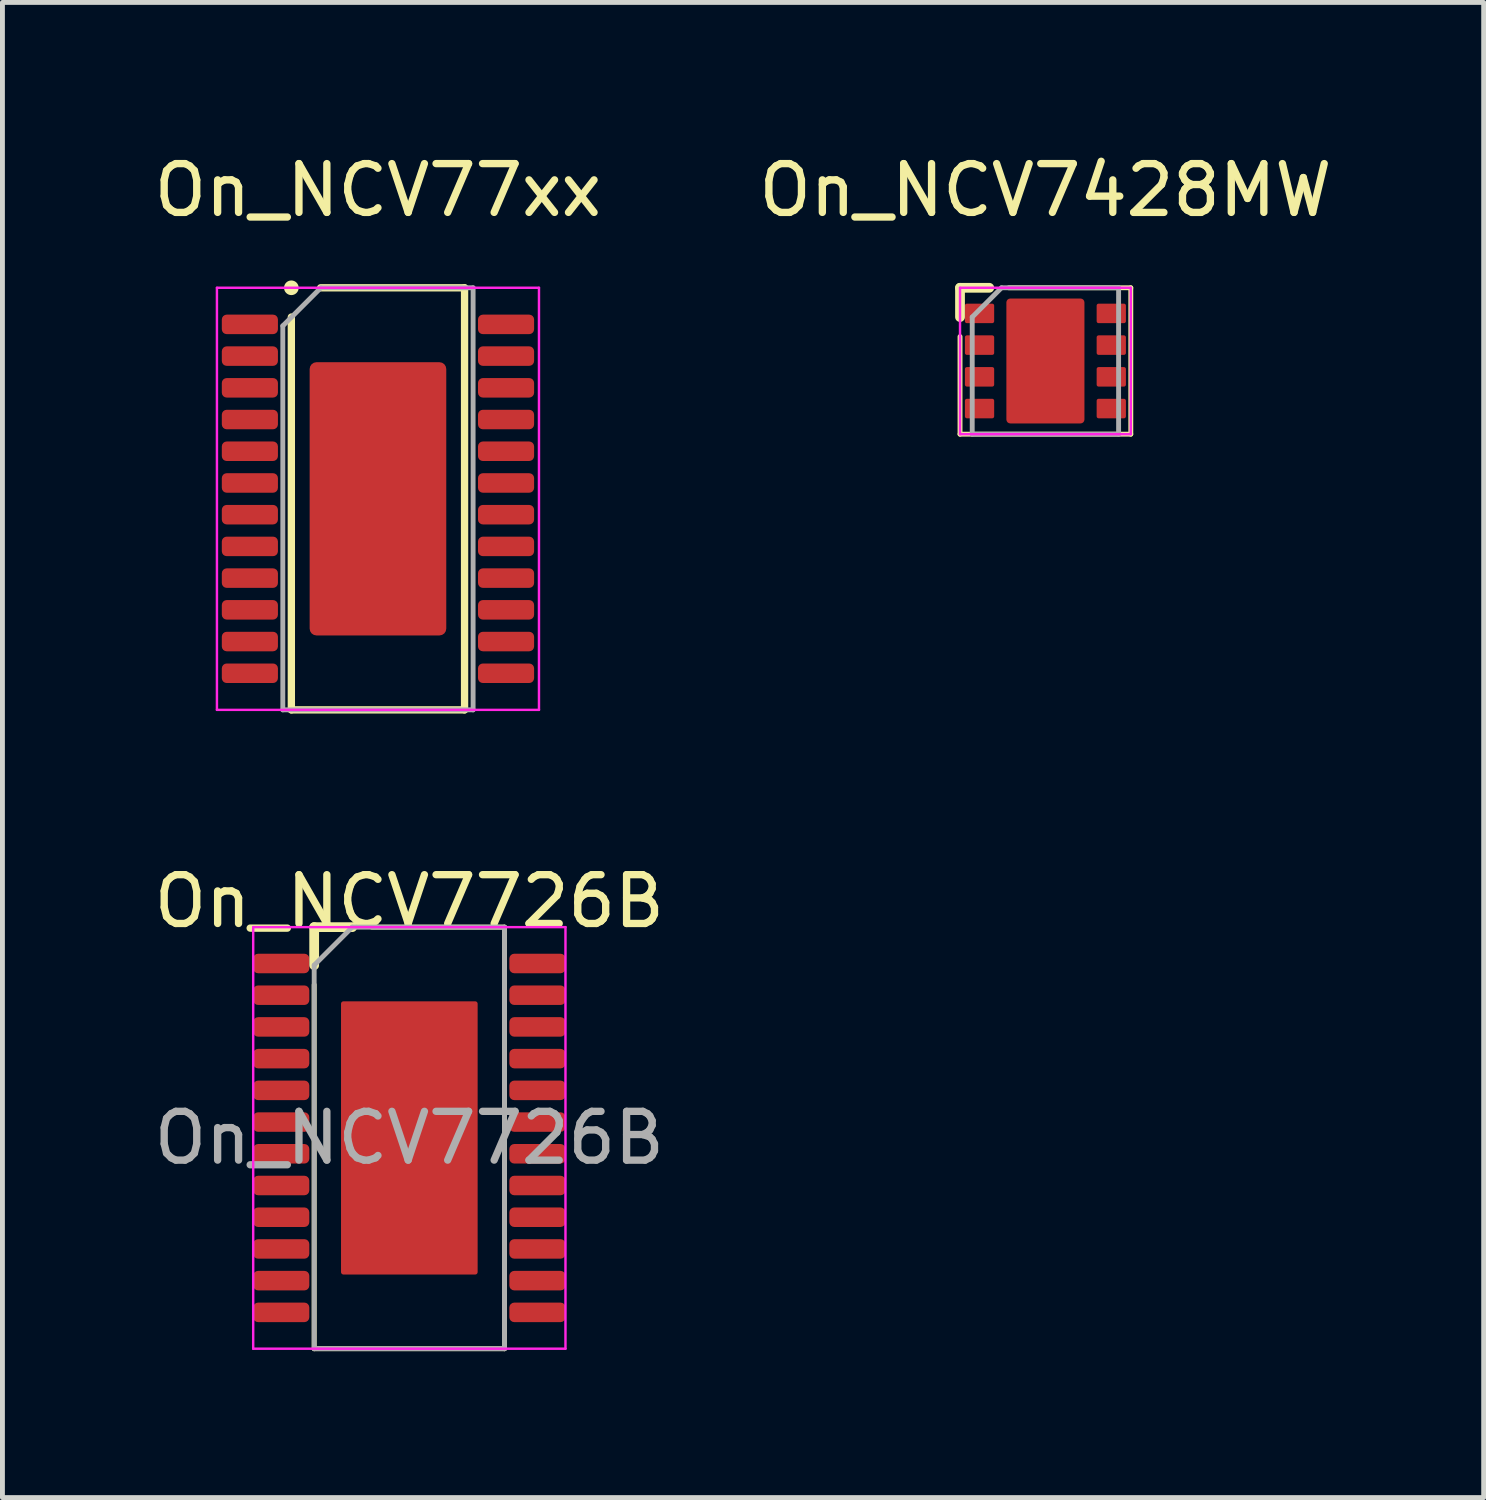
<source format=kicad_pcb>
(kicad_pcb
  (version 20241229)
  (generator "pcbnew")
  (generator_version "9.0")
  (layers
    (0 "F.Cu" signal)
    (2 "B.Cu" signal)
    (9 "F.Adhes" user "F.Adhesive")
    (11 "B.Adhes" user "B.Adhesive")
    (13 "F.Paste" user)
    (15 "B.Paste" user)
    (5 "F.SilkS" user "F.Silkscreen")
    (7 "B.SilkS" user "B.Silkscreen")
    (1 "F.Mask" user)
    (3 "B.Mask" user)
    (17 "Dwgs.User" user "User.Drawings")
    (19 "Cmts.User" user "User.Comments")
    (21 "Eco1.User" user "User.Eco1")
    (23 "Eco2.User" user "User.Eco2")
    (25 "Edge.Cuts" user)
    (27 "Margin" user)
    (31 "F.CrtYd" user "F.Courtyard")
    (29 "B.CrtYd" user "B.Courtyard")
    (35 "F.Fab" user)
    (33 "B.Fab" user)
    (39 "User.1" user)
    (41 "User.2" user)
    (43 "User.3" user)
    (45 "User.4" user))
  (footprint "On_NCV77xx"
    (layer "F.Cu")
    (at 4.696 7.173)
    (property "Reference" "On_NCV77xx" (at 0 -6.325 0) (layer "F.SilkS") (effects (font (size 1 1) (thickness 0.15))))
    (attr through_hole)
    (fp_line (start -1.775 -4.325) (end -1.775 -4.325) (stroke (width 0.3) (type solid)) (layer "F.SilkS"))
    (fp_line (start -1.775 4.325) (end -1.775 -3.725) (stroke (width 0.15) (type solid)) (layer "F.SilkS"))
    (fp_line (start -1.175 -4.325) (end 1.775 -4.325) (stroke (width 0.15) (type solid)) (layer "F.SilkS"))
    (fp_line (start 1.775 -4.325) (end 1.775 4.325) (stroke (width 0.15) (type solid)) (layer "F.SilkS"))
    (fp_line (start 1.775 4.325) (end -1.775 4.325) (stroke (width 0.15) (type solid)) (layer "F.SilkS"))
    (fp_line (start -3.3 -4.325) (end 3.3 -4.325) (stroke (width 0.05) (type solid)) (layer "F.CrtYd"))
    (fp_line (start -3.3 4.325) (end -3.3 -4.325) (stroke (width 0.05) (type solid)) (layer "F.CrtYd"))
    (fp_line (start 3.3 -4.325) (end 3.3 4.325) (stroke (width 0.05) (type solid)) (layer "F.CrtYd"))
    (fp_line (start 3.3 4.325) (end -3.3 4.325) (stroke (width 0.05) (type solid)) (layer "F.CrtYd"))
    (fp_line (start -1.95 -3.545) (end -1.17 -4.325) (stroke (width 0.1) (type solid)) (layer "F.Fab"))
    (fp_line (start -1.95 4.325) (end -1.95 -3.545) (stroke (width 0.1) (type solid)) (layer "F.Fab"))
    (fp_line (start -1.17 -4.325) (end 1.95 -4.325) (stroke (width 0.1) (type solid)) (layer "F.Fab"))
    (fp_line (start 1.95 -4.325) (end 1.95 4.325) (stroke (width 0.1) (type solid)) (layer "F.Fab"))
    (fp_line (start 1.95 4.325) (end -1.95 4.325) (stroke (width 0.1) (type solid)) (layer "F.Fab"))
    (pad "" smd roundrect (at -0.7 -2.1) (size 1.1 1.1) (layers "F.Paste") (roundrect_rratio 0.25))
    (pad "" smd roundrect (at -0.7 -0.7) (size 1.1 1.1) (layers "F.Paste") (roundrect_rratio 0.25))
    (pad "" smd roundrect (at -0.7 0.7) (size 1.1 1.1) (layers "F.Paste") (roundrect_rratio 0.25))
    (pad "" smd roundrect (at -0.7 2.1) (size 1.1 1.1) (layers "F.Paste") (roundrect_rratio 0.25))
    (pad "" smd roundrect (at 0.7 -2.1) (size 1.1 1.1) (layers "F.Paste") (roundrect_rratio 0.25))
    (pad "" smd roundrect (at 0.7 -0.7) (size 1.1 1.1) (layers "F.Paste") (roundrect_rratio 0.25))
    (pad "" smd roundrect (at 0.7 0.7) (size 1.1 1.1) (layers "F.Paste") (roundrect_rratio 0.25))
    (pad "" smd roundrect (at 0.7 2.1) (size 1.1 1.1) (layers "F.Paste") (roundrect_rratio 0.25))
    (pad "1" smd roundrect (at -2.625 -3.575) (size 1.15 0.4) (layers "F.Cu" "F.Mask" "F.Paste") (roundrect_rratio 0.25))
    (pad "2" smd roundrect (at -2.625 -2.925) (size 1.15 0.4) (layers "F.Cu" "F.Mask" "F.Paste") (roundrect_rratio 0.25))
    (pad "3" smd roundrect (at -2.625 -2.275) (size 1.15 0.4) (layers "F.Cu" "F.Mask" "F.Paste") (roundrect_rratio 0.25))
    (pad "4" smd roundrect (at -2.625 -1.625) (size 1.15 0.4) (layers "F.Cu" "F.Mask" "F.Paste") (roundrect_rratio 0.25))
    (pad "5" smd roundrect (at -2.625 -0.975) (size 1.15 0.4) (layers "F.Cu" "F.Mask" "F.Paste") (roundrect_rratio 0.25))
    (pad "6" smd roundrect (at -2.625 -0.325) (size 1.15 0.4) (layers "F.Cu" "F.Mask" "F.Paste") (roundrect_rratio 0.25))
    (pad "7" smd roundrect (at -2.625 0.325) (size 1.15 0.4) (layers "F.Cu" "F.Mask" "F.Paste") (roundrect_rratio 0.25))
    (pad "8" smd roundrect (at -2.625 0.975) (size 1.15 0.4) (layers "F.Cu" "F.Mask" "F.Paste") (roundrect_rratio 0.25))
    (pad "9" smd roundrect (at -2.625 1.625) (size 1.15 0.4) (layers "F.Cu" "F.Mask" "F.Paste") (roundrect_rratio 0.25))
    (pad "10" smd roundrect (at -2.625 2.275) (size 1.15 0.4) (layers "F.Cu" "F.Mask" "F.Paste") (roundrect_rratio 0.25))
    (pad "11" smd roundrect (at -2.625 2.925) (size 1.15 0.4) (layers "F.Cu" "F.Mask" "F.Paste") (roundrect_rratio 0.25))
    (pad "12" smd roundrect (at -2.625 3.575) (size 1.15 0.4) (layers "F.Cu" "F.Mask" "F.Paste") (roundrect_rratio 0.25))
    (pad "13" smd roundrect (at 2.625 3.575) (size 1.15 0.4) (layers "F.Cu" "F.Mask" "F.Paste") (roundrect_rratio 0.25))
    (pad "14" smd roundrect (at 2.625 2.925) (size 1.15 0.4) (layers "F.Cu" "F.Mask" "F.Paste") (roundrect_rratio 0.25))
    (pad "15" smd roundrect (at 2.625 2.275) (size 1.15 0.4) (layers "F.Cu" "F.Mask" "F.Paste") (roundrect_rratio 0.25))
    (pad "16" smd roundrect (at 2.625 1.625) (size 1.15 0.4) (layers "F.Cu" "F.Mask" "F.Paste") (roundrect_rratio 0.25))
    (pad "17" smd roundrect (at 2.625 0.975) (size 1.15 0.4) (layers "F.Cu" "F.Mask" "F.Paste") (roundrect_rratio 0.25))
    (pad "18" smd roundrect (at 2.625 0.325) (size 1.15 0.4) (layers "F.Cu" "F.Mask" "F.Paste") (roundrect_rratio 0.25))
    (pad "19" smd roundrect (at 2.625 -0.325) (size 1.15 0.4) (layers "F.Cu" "F.Mask" "F.Paste") (roundrect_rratio 0.25))
    (pad "20" smd roundrect (at 2.625 -0.975) (size 1.15 0.4) (layers "F.Cu" "F.Mask" "F.Paste") (roundrect_rratio 0.25))
    (pad "21" smd roundrect (at 2.625 -1.625) (size 1.15 0.4) (layers "F.Cu" "F.Mask" "F.Paste") (roundrect_rratio 0.25))
    (pad "22" smd roundrect (at 2.625 -2.275) (size 1.15 0.4) (layers "F.Cu" "F.Mask" "F.Paste") (roundrect_rratio 0.25))
    (pad "23" smd roundrect (at 2.625 -2.925) (size 1.15 0.4) (layers "F.Cu" "F.Mask" "F.Paste") (roundrect_rratio 0.25))
    (pad "24" smd roundrect (at 2.625 -3.575) (size 1.15 0.4) (layers "F.Cu" "F.Mask" "F.Paste") (roundrect_rratio 0.25))
    (pad "25" smd roundrect (at 0 0) (size 2.8 5.6) (layers "F.Cu" "F.Mask") (roundrect_rratio 0.05)))
  (footprint "On_NCV7428MW"
    (layer "F.Cu")
    (at 18.375 4.348)
    (property "Reference" "On_NCV7428MW" (at 0 -3.5 0) (layer "F.SilkS") (effects (font (size 1 1) (thickness 0.15))))
    (attr through_hole)
    (fp_line (start -1.75 -1.5) (end -1.75 -0.9) (stroke (width 0.2) (type solid)) (layer "F.SilkS"))
    (fp_line (start -1.75 -1.5) (end -1.15 -1.5) (stroke (width 0.2) (type solid)) (layer "F.SilkS"))
    (fp_line (start -1.75 1.5) (end -1.75 -0.5) (stroke (width 0.1) (type solid)) (layer "F.SilkS"))
    (fp_line (start -0.75 -1.5) (end 1.75 -1.5) (stroke (width 0.1) (type solid)) (layer "F.SilkS"))
    (fp_line (start 1.75 -1.5) (end 1.75 1.5) (stroke (width 0.1) (type solid)) (layer "F.SilkS"))
    (fp_line (start 1.75 1.5) (end -1.75 1.5) (stroke (width 0.1) (type solid)) (layer "F.SilkS"))
    (fp_line (start -1.75 -1.5) (end 1.75 -1.5) (stroke (width 0.05) (type solid)) (layer "F.CrtYd"))
    (fp_line (start -1.75 1.5) (end -1.75 -1.5) (stroke (width 0.05) (type solid)) (layer "F.CrtYd"))
    (fp_line (start 1.75 -1.5) (end 1.75 1.5) (stroke (width 0.05) (type solid)) (layer "F.CrtYd"))
    (fp_line (start 1.75 1.5) (end -1.75 1.5) (stroke (width 0.05) (type solid)) (layer "F.CrtYd"))
    (fp_line (start -1.5 -0.9) (end -0.9 -1.5) (stroke (width 0.1) (type solid)) (layer "F.Fab"))
    (fp_line (start -1.5 1.5) (end -1.5 -0.9) (stroke (width 0.1) (type solid)) (layer "F.Fab"))
    (fp_line (start -0.9 -1.5) (end 1.5 -1.5) (stroke (width 0.1) (type solid)) (layer "F.Fab"))
    (fp_line (start 1.5 -1.5) (end 1.5 1.5) (stroke (width 0.1) (type solid)) (layer "F.Fab"))
    (fp_line (start 1.5 1.5) (end -1.5 1.5) (stroke (width 0.1) (type solid)) (layer "F.Fab"))
    (pad "" smd roundrect (at 0 -0.64) (size 1.3 0.98) (layers "F.Paste") (roundrect_rratio 0.25))
    (pad "" smd roundrect (at 0 0.64) (size 1.3 0.98) (layers "F.Paste") (roundrect_rratio 0.25))
    (pad "1" smd roundrect (at -1.35 -0.975) (size 0.6 0.4) (layers "F.Cu" "F.Mask" "F.Paste") (roundrect_rratio 0.1))
    (pad "2" smd roundrect (at -1.35 -0.325) (size 0.6 0.4) (layers "F.Cu" "F.Mask" "F.Paste") (roundrect_rratio 0.1))
    (pad "3" smd roundrect (at -1.35 0.325) (size 0.6 0.4) (layers "F.Cu" "F.Mask" "F.Paste") (roundrect_rratio 0.1))
    (pad "4" smd roundrect (at -1.35 0.975) (size 0.6 0.4) (layers "F.Cu" "F.Mask" "F.Paste") (roundrect_rratio 0.1))
    (pad "5" smd roundrect (at 1.35 0.975) (size 0.6 0.4) (layers "F.Cu" "F.Mask" "F.Paste") (roundrect_rratio 0.1))
    (pad "6" smd roundrect (at 1.35 0.325) (size 0.6 0.4) (layers "F.Cu" "F.Mask" "F.Paste") (roundrect_rratio 0.1))
    (pad "7" smd roundrect (at 1.35 -0.325) (size 0.6 0.4) (layers "F.Cu" "F.Mask" "F.Paste") (roundrect_rratio 0.1))
    (pad "8" smd roundrect (at 1.35 -0.975) (size 0.6 0.4) (layers "F.Cu" "F.Mask" "F.Paste") (roundrect_rratio 0.1))
    (pad "9" smd roundrect (at 0 0) (size 1.6 2.56) (layers "F.Cu" "F.Mask") (roundrect_rratio 0.05)))
  (footprint "On_NCV7726B"
    (layer "F.Cu")
    (at 5.339 20.271)
    (property "Reference" "On_NCV7726B" (at 0 -4.85 0) (layer "F.SilkS") (effects (font (size 1 1) (thickness 0.15))))
    (attr smd)
    (fp_line (start -1.95 -4.32) (end -1.95 -3.54) (stroke (width 0.2) (type solid)) (layer "F.SilkS"))
    (fp_line (start -1.95 -4.32) (end -1.17 -4.32) (stroke (width 0.2) (type solid)) (layer "F.SilkS"))
    (fp_line (start -1.95 4.32) (end -1.95 -3.14) (stroke (width 0.1) (type solid)) (layer "F.SilkS"))
    (fp_line (start -0.77 -4.32) (end 1.95 -4.32) (stroke (width 0.1) (type solid)) (layer "F.SilkS"))
    (fp_line (start 1.95 -4.32) (end 1.95 4.32) (stroke (width 0.1) (type solid)) (layer "F.SilkS"))
    (fp_line (start 1.95 4.32) (end -1.95 4.32) (stroke (width 0.1) (type solid)) (layer "F.SilkS"))
    (fp_line (start -3.2 -4.32) (end 3.2 -4.32) (stroke (width 0.05) (type solid)) (layer "F.CrtYd"))
    (fp_line (start -3.2 4.32) (end -3.2 -4.32) (stroke (width 0.05) (type solid)) (layer "F.CrtYd"))
    (fp_line (start 3.2 -4.32) (end 3.2 4.32) (stroke (width 0.05) (type solid)) (layer "F.CrtYd"))
    (fp_line (start 3.2 4.32) (end -3.2 4.32) (stroke (width 0.05) (type solid)) (layer "F.CrtYd"))
    (fp_line (start -1.95 -3.54) (end -1.17 -4.32) (stroke (width 0.1) (type solid)) (layer "F.Fab"))
    (fp_line (start -1.95 4.32) (end -1.95 -3.54) (stroke (width 0.1) (type solid)) (layer "F.Fab"))
    (fp_line (start -1.17 -4.32) (end 1.95 -4.32) (stroke (width 0.1) (type solid)) (layer "F.Fab"))
    (fp_line (start 1.95 -4.32) (end 1.95 4.32) (stroke (width 0.1) (type solid)) (layer "F.Fab"))
    (fp_line (start 1.95 4.32) (end -1.95 4.32) (stroke (width 0.1) (type solid)) (layer "F.Fab"))
    (fp_text user "${REFERENCE}" (at 0 0 0) (layer "F.Fab") (effects (font (size 1 1) (thickness 0.15))))
    (pad "" smd roundrect (at -0.7 -2.1) (size 1.1 1.1) (layers "F.Paste") (roundrect_rratio 0.25))
    (pad "" smd roundrect (at -0.7 -0.7) (size 1.1 1.1) (layers "F.Paste") (roundrect_rratio 0.25))
    (pad "" smd roundrect (at -0.7 0.7) (size 1.1 1.1) (layers "F.Paste") (roundrect_rratio 0.25))
    (pad "" smd roundrect (at -0.7 2.1) (size 1.1 1.1) (layers "F.Paste") (roundrect_rratio 0.25))
    (pad "" smd roundrect (at 0.7 -2.1) (size 1.1 1.1) (layers "F.Paste") (roundrect_rratio 0.25))
    (pad "" smd roundrect (at 0.7 -0.7) (size 1.1 1.1) (layers "F.Paste") (roundrect_rratio 0.25))
    (pad "" smd roundrect (at 0.7 0.7) (size 1.1 1.1) (layers "F.Paste") (roundrect_rratio 0.25))
    (pad "" smd roundrect (at 0.7 2.1) (size 1.1 1.1) (layers "F.Paste") (roundrect_rratio 0.25))
    (pad "1" smd roundrect (at -2.625 -3.575) (size 1.15 0.4) (layers "F.Cu" "F.Mask" "F.Paste") (roundrect_rratio 0.25))
    (pad "2" smd roundrect (at -2.625 -2.925) (size 1.15 0.4) (layers "F.Cu" "F.Mask" "F.Paste") (roundrect_rratio 0.25))
    (pad "3" smd roundrect (at -2.625 -2.275) (size 1.15 0.4) (layers "F.Cu" "F.Mask" "F.Paste") (roundrect_rratio 0.25))
    (pad "4" smd roundrect (at -2.625 -1.625) (size 1.15 0.4) (layers "F.Cu" "F.Mask" "F.Paste") (roundrect_rratio 0.25))
    (pad "5" smd roundrect (at -2.625 -0.975) (size 1.15 0.4) (layers "F.Cu" "F.Mask" "F.Paste") (roundrect_rratio 0.25))
    (pad "6" smd roundrect (at -2.625 -0.325) (size 1.15 0.4) (layers "F.Cu" "F.Mask" "F.Paste") (roundrect_rratio 0.25))
    (pad "7" smd roundrect (at -2.625 0.325) (size 1.15 0.4) (layers "F.Cu" "F.Mask" "F.Paste") (roundrect_rratio 0.25))
    (pad "8" smd roundrect (at -2.625 0.975) (size 1.15 0.4) (layers "F.Cu" "F.Mask" "F.Paste") (roundrect_rratio 0.25))
    (pad "9" smd roundrect (at -2.625 1.625) (size 1.15 0.4) (layers "F.Cu" "F.Mask" "F.Paste") (roundrect_rratio 0.25))
    (pad "10" smd roundrect (at -2.625 2.275) (size 1.15 0.4) (layers "F.Cu" "F.Mask" "F.Paste") (roundrect_rratio 0.25))
    (pad "11" smd roundrect (at -2.625 2.925) (size 1.15 0.4) (layers "F.Cu" "F.Mask" "F.Paste") (roundrect_rratio 0.25))
    (pad "12" smd roundrect (at -2.625 3.575) (size 1.15 0.4) (layers "F.Cu" "F.Mask" "F.Paste") (roundrect_rratio 0.25))
    (pad "13" smd roundrect (at 2.625 3.575) (size 1.15 0.4) (layers "F.Cu" "F.Mask" "F.Paste") (roundrect_rratio 0.25))
    (pad "14" smd roundrect (at 2.625 2.925) (size 1.15 0.4) (layers "F.Cu" "F.Mask" "F.Paste") (roundrect_rratio 0.25))
    (pad "15" smd roundrect (at 2.625 2.275) (size 1.15 0.4) (layers "F.Cu" "F.Mask" "F.Paste") (roundrect_rratio 0.25))
    (pad "16" smd roundrect (at 2.625 1.625) (size 1.15 0.4) (layers "F.Cu" "F.Mask" "F.Paste") (roundrect_rratio 0.25))
    (pad "17" smd roundrect (at 2.625 0.975) (size 1.15 0.4) (layers "F.Cu" "F.Mask" "F.Paste") (roundrect_rratio 0.25))
    (pad "18" smd roundrect (at 2.625 0.325) (size 1.15 0.4) (layers "F.Cu" "F.Mask" "F.Paste") (roundrect_rratio 0.25))
    (pad "19" smd roundrect (at 2.625 -0.325) (size 1.15 0.4) (layers "F.Cu" "F.Mask" "F.Paste") (roundrect_rratio 0.25))
    (pad "20" smd roundrect (at 2.625 -0.975) (size 1.15 0.4) (layers "F.Cu" "F.Mask" "F.Paste") (roundrect_rratio 0.25))
    (pad "21" smd roundrect (at 2.625 -1.625) (size 1.15 0.4) (layers "F.Cu" "F.Mask" "F.Paste") (roundrect_rratio 0.25))
    (pad "22" smd roundrect (at 2.625 -2.275) (size 1.15 0.4) (layers "F.Cu" "F.Mask" "F.Paste") (roundrect_rratio 0.25))
    (pad "23" smd roundrect (at 2.625 -2.925) (size 1.15 0.4) (layers "F.Cu" "F.Mask" "F.Paste") (roundrect_rratio 0.25))
    (pad "24" smd roundrect (at 2.625 -3.575) (size 1.15 0.4) (layers "F.Cu" "F.Mask" "F.Paste") (roundrect_rratio 0.25))
    (pad "25" smd roundrect (at 0 0) (size 2.8 5.6) (layers "F.Cu" "F.Mask") (roundrect_rratio 0.018)))
  (gr_rect
    (start -3 -3)
    (end 27.357 27.642)
    (stroke (width 0.1) (type default))
    (fill no)
    (layer "Edge.Cuts")))
</source>
